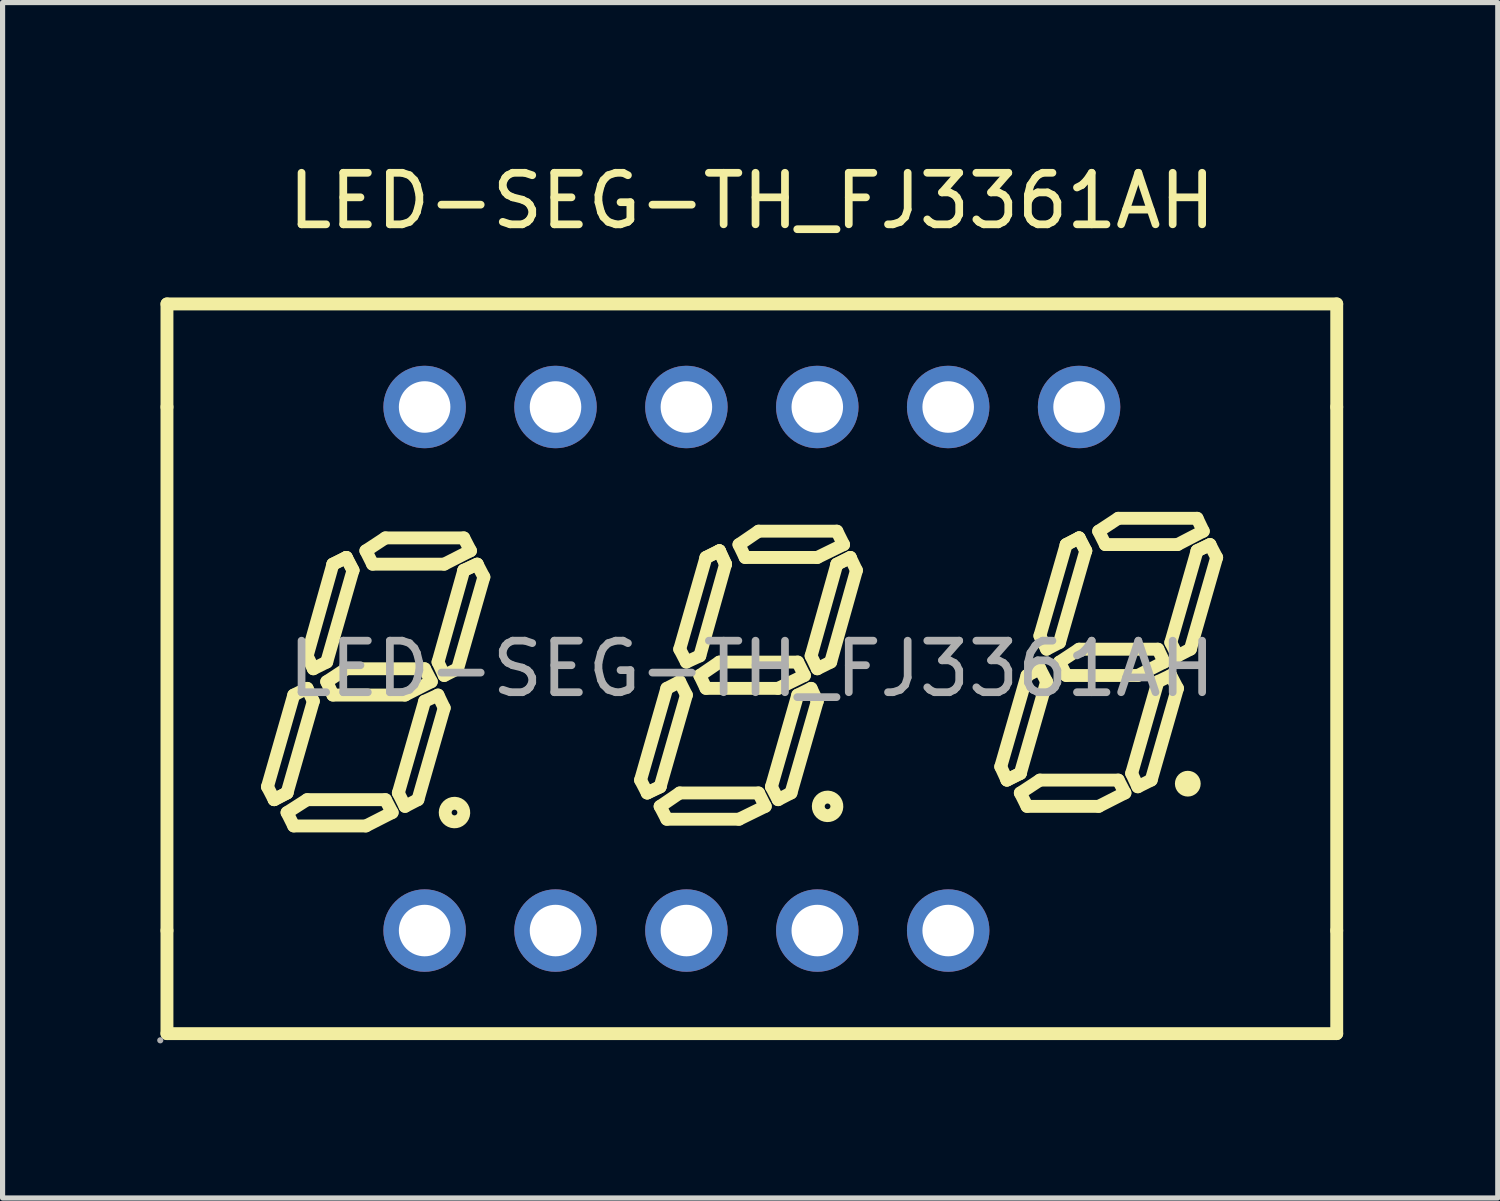
<source format=kicad_pcb>
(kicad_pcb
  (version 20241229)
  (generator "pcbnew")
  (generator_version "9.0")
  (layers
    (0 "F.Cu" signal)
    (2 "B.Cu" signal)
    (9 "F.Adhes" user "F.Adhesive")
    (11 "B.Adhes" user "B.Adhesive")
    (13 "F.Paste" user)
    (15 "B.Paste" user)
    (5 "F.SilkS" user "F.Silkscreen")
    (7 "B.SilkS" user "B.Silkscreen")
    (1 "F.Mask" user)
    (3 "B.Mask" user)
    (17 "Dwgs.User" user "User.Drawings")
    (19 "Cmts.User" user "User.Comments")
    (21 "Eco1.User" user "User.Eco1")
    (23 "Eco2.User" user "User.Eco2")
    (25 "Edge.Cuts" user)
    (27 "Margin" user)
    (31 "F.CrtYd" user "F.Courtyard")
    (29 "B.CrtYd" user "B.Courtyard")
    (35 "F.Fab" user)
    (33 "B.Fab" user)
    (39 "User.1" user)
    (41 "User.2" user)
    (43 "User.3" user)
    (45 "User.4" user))
  (footprint "LED-SEG-TH_FJ3361AH"
    (layer "F.Cu")
    (at 11.54 9.928)
    (property "Reference" "LED-SEG-TH_FJ3361AH" (at 0 -9.08 0) (layer "F.SilkS") (effects (font (size 1 1) (thickness 0.15))))
    (attr through_hole)
    (fp_line (start -11.35 -7.08) (end 11.35 -7.08) (stroke (width 0.25) (type solid)) (layer "F.SilkS"))
    (fp_line (start -11.35 -5.08) (end -11.35 -7.08) (stroke (width 0.25) (type solid)) (layer "F.SilkS"))
    (fp_line (start -11.35 5.08) (end -11.35 -5.08) (stroke (width 0.25) (type solid)) (layer "F.SilkS"))
    (fp_line (start -11.35 7.08) (end -11.35 5.08) (stroke (width 0.25) (type solid)) (layer "F.SilkS"))
    (fp_line (start -9.4 2.29) (end -9.27 2.54) (stroke (width 0.25) (type solid)) (layer "F.SilkS"))
    (fp_line (start -9.27 2.54) (end -9.02 2.41) (stroke (width 0.25) (type solid)) (layer "F.SilkS"))
    (fp_line (start -9.27 2.54) (end -9.02 2.41) (stroke (width 0.25) (type solid)) (layer "F.SilkS"))
    (fp_line (start -9.02 2.41) (end -8.51 0.63) (stroke (width 0.25) (type solid)) (layer "F.SilkS"))
    (fp_line (start -9.02 2.79) (end -8.63 2.54) (stroke (width 0.25) (type solid)) (layer "F.SilkS"))
    (fp_line (start -8.89 0.51) (end -9.4 2.29) (stroke (width 0.25) (type solid)) (layer "F.SilkS"))
    (fp_line (start -8.89 3.05) (end -9.02 2.79) (stroke (width 0.25) (type solid)) (layer "F.SilkS"))
    (fp_line (start -8.63 -0.25) (end -8.51 0) (stroke (width 0.25) (type solid)) (layer "F.SilkS"))
    (fp_line (start -8.63 0.38) (end -8.89 0.51) (stroke (width 0.25) (type solid)) (layer "F.SilkS"))
    (fp_line (start -8.63 2.54) (end -7.11 2.54) (stroke (width 0.25) (type solid)) (layer "F.SilkS"))
    (fp_line (start -8.51 0) (end -8.25 -0.13) (stroke (width 0.25) (type solid)) (layer "F.SilkS"))
    (fp_line (start -8.51 0.63) (end -8.63 0.38) (stroke (width 0.25) (type solid)) (layer "F.SilkS"))
    (fp_line (start -8.25 -0.13) (end -7.74 -1.91) (stroke (width 0.25) (type solid)) (layer "F.SilkS"))
    (fp_line (start -8.25 0.25) (end -7.87 0) (stroke (width 0.25) (type solid)) (layer "F.SilkS"))
    (fp_line (start -8.13 -2.03) (end -8.63 -0.25) (stroke (width 0.25) (type solid)) (layer "F.SilkS"))
    (fp_line (start -8.13 0.51) (end -8.25 0.25) (stroke (width 0.25) (type solid)) (layer "F.SilkS"))
    (fp_line (start -7.87 -2.16) (end -8.13 -2.03) (stroke (width 0.25) (type solid)) (layer "F.SilkS"))
    (fp_line (start -7.87 -2.16) (end -8.13 -2.03) (stroke (width 0.25) (type solid)) (layer "F.SilkS"))
    (fp_line (start -7.87 0) (end -6.35 0) (stroke (width 0.25) (type solid)) (layer "F.SilkS"))
    (fp_line (start -7.74 -1.91) (end -7.87 -2.16) (stroke (width 0.25) (type solid)) (layer "F.SilkS"))
    (fp_line (start -7.74 -1.91) (end -7.87 -2.16) (stroke (width 0.25) (type solid)) (layer "F.SilkS"))
    (fp_line (start -7.49 -2.29) (end -7.11 -2.54) (stroke (width 0.25) (type solid)) (layer "F.SilkS"))
    (fp_line (start -7.49 3.05) (end -8.89 3.05) (stroke (width 0.25) (type solid)) (layer "F.SilkS"))
    (fp_line (start -7.36 -2.03) (end -7.49 -2.29) (stroke (width 0.25) (type solid)) (layer "F.SilkS"))
    (fp_line (start -7.11 -2.54) (end -5.59 -2.54) (stroke (width 0.25) (type solid)) (layer "F.SilkS"))
    (fp_line (start -7.11 2.54) (end -6.98 2.79) (stroke (width 0.25) (type solid)) (layer "F.SilkS"))
    (fp_line (start -6.98 2.79) (end -7.49 3.05) (stroke (width 0.25) (type solid)) (layer "F.SilkS"))
    (fp_line (start -6.86 2.41) (end -6.73 2.67) (stroke (width 0.25) (type solid)) (layer "F.SilkS"))
    (fp_line (start -6.73 0.51) (end -8.13 0.51) (stroke (width 0.25) (type solid)) (layer "F.SilkS"))
    (fp_line (start -6.73 2.67) (end -6.48 2.54) (stroke (width 0.25) (type solid)) (layer "F.SilkS"))
    (fp_line (start -6.48 2.54) (end -5.97 0.76) (stroke (width 0.25) (type solid)) (layer "F.SilkS"))
    (fp_line (start -6.35 0) (end -6.22 0.25) (stroke (width 0.25) (type solid)) (layer "F.SilkS"))
    (fp_line (start -6.35 0.63) (end -6.86 2.41) (stroke (width 0.25) (type solid)) (layer "F.SilkS"))
    (fp_line (start -6.22 0.25) (end -6.73 0.51) (stroke (width 0.25) (type solid)) (layer "F.SilkS"))
    (fp_line (start -6.09 -0.13) (end -5.97 0.13) (stroke (width 0.25) (type solid)) (layer "F.SilkS"))
    (fp_line (start -6.09 0.51) (end -6.35 0.63) (stroke (width 0.25) (type solid)) (layer "F.SilkS"))
    (fp_line (start -5.97 -2.03) (end -7.36 -2.03) (stroke (width 0.25) (type solid)) (layer "F.SilkS"))
    (fp_line (start -5.97 0.13) (end -5.71 0) (stroke (width 0.25) (type solid)) (layer "F.SilkS"))
    (fp_line (start -5.97 0.76) (end -6.09 0.51) (stroke (width 0.25) (type solid)) (layer "F.SilkS"))
    (fp_line (start -5.71 0) (end -5.2 -1.78) (stroke (width 0.25) (type solid)) (layer "F.SilkS"))
    (fp_line (start -5.59 -2.54) (end -5.46 -2.29) (stroke (width 0.25) (type solid)) (layer "F.SilkS"))
    (fp_line (start -5.59 -1.91) (end -6.09 -0.13) (stroke (width 0.25) (type solid)) (layer "F.SilkS"))
    (fp_line (start -5.59 -1.91) (end -5.33 -2.03) (stroke (width 0.25) (type solid)) (layer "F.SilkS"))
    (fp_line (start -5.46 -2.29) (end -5.97 -2.03) (stroke (width 0.25) (type solid)) (layer "F.SilkS"))
    (fp_line (start -5.33 -2.03) (end -5.59 -1.91) (stroke (width 0.25) (type solid)) (layer "F.SilkS"))
    (fp_line (start -5.2 -1.78) (end -5.33 -2.03) (stroke (width 0.25) (type solid)) (layer "F.SilkS"))
    (fp_line (start -2.16 2.16) (end -2.03 2.41) (stroke (width 0.25) (type solid)) (layer "F.SilkS"))
    (fp_line (start -2.03 2.41) (end -1.78 2.29) (stroke (width 0.25) (type solid)) (layer "F.SilkS"))
    (fp_line (start -2.03 2.41) (end -1.78 2.29) (stroke (width 0.25) (type solid)) (layer "F.SilkS"))
    (fp_line (start -1.78 2.29) (end -1.27 0.51) (stroke (width 0.25) (type solid)) (layer "F.SilkS"))
    (fp_line (start -1.78 2.67) (end -1.4 2.41) (stroke (width 0.25) (type solid)) (layer "F.SilkS"))
    (fp_line (start -1.65 0.38) (end -2.16 2.16) (stroke (width 0.25) (type solid)) (layer "F.SilkS"))
    (fp_line (start -1.65 2.92) (end -1.78 2.67) (stroke (width 0.25) (type solid)) (layer "F.SilkS"))
    (fp_line (start -1.4 -0.38) (end -1.27 -0.13) (stroke (width 0.25) (type solid)) (layer "F.SilkS"))
    (fp_line (start -1.4 0.25) (end -1.65 0.38) (stroke (width 0.25) (type solid)) (layer "F.SilkS"))
    (fp_line (start -1.4 2.41) (end 0.13 2.41) (stroke (width 0.25) (type solid)) (layer "F.SilkS"))
    (fp_line (start -1.27 -0.13) (end -1.01 -0.25) (stroke (width 0.25) (type solid)) (layer "F.SilkS"))
    (fp_line (start -1.27 0.51) (end -1.4 0.25) (stroke (width 0.25) (type solid)) (layer "F.SilkS"))
    (fp_line (start -1.01 -0.25) (end -0.51 -2.03) (stroke (width 0.25) (type solid)) (layer "F.SilkS"))
    (fp_line (start -1.01 0.13) (end -0.63 -0.13) (stroke (width 0.25) (type solid)) (layer "F.SilkS"))
    (fp_line (start -0.89 -2.16) (end -1.4 -0.38) (stroke (width 0.25) (type solid)) (layer "F.SilkS"))
    (fp_line (start -0.89 -2.16) (end -0.63 -2.29) (stroke (width 0.25) (type solid)) (layer "F.SilkS"))
    (fp_line (start -0.89 0.38) (end -1.01 0.13) (stroke (width 0.25) (type solid)) (layer "F.SilkS"))
    (fp_line (start -0.63 -2.29) (end -0.89 -2.16) (stroke (width 0.25) (type solid)) (layer "F.SilkS"))
    (fp_line (start -0.63 -2.29) (end -0.51 -2.03) (stroke (width 0.25) (type solid)) (layer "F.SilkS"))
    (fp_line (start -0.63 -0.13) (end 0.89 -0.13) (stroke (width 0.25) (type solid)) (layer "F.SilkS"))
    (fp_line (start -0.51 -2.03) (end -0.63 -2.29) (stroke (width 0.25) (type solid)) (layer "F.SilkS"))
    (fp_line (start -0.25 -2.41) (end 0.13 -2.67) (stroke (width 0.25) (type solid)) (layer "F.SilkS"))
    (fp_line (start -0.25 2.92) (end -1.65 2.92) (stroke (width 0.25) (type solid)) (layer "F.SilkS"))
    (fp_line (start -0.13 -2.16) (end -0.25 -2.41) (stroke (width 0.25) (type solid)) (layer "F.SilkS"))
    (fp_line (start 0.13 -2.67) (end 1.65 -2.67) (stroke (width 0.25) (type solid)) (layer "F.SilkS"))
    (fp_line (start 0.13 2.41) (end 0.26 2.67) (stroke (width 0.25) (type solid)) (layer "F.SilkS"))
    (fp_line (start 0.26 2.67) (end -0.25 2.92) (stroke (width 0.25) (type solid)) (layer "F.SilkS"))
    (fp_line (start 0.38 2.29) (end 0.51 2.54) (stroke (width 0.25) (type solid)) (layer "F.SilkS"))
    (fp_line (start 0.51 0.38) (end -0.89 0.38) (stroke (width 0.25) (type solid)) (layer "F.SilkS"))
    (fp_line (start 0.51 2.54) (end 0.76 2.41) (stroke (width 0.25) (type solid)) (layer "F.SilkS"))
    (fp_line (start 0.76 2.41) (end 1.27 0.63) (stroke (width 0.25) (type solid)) (layer "F.SilkS"))
    (fp_line (start 0.89 -0.13) (end 1.02 0.13) (stroke (width 0.25) (type solid)) (layer "F.SilkS"))
    (fp_line (start 0.89 0.51) (end 0.38 2.29) (stroke (width 0.25) (type solid)) (layer "F.SilkS"))
    (fp_line (start 1.02 0.13) (end 0.51 0.38) (stroke (width 0.25) (type solid)) (layer "F.SilkS"))
    (fp_line (start 1.15 -0.25) (end 1.65 -2.03) (stroke (width 0.25) (type solid)) (layer "F.SilkS"))
    (fp_line (start 1.15 0.38) (end 0.89 0.51) (stroke (width 0.25) (type solid)) (layer "F.SilkS"))
    (fp_line (start 1.27 -2.16) (end -0.13 -2.16) (stroke (width 0.25) (type solid)) (layer "F.SilkS"))
    (fp_line (start 1.27 0) (end 1.15 -0.25) (stroke (width 0.25) (type solid)) (layer "F.SilkS"))
    (fp_line (start 1.27 0.63) (end 1.15 0.38) (stroke (width 0.25) (type solid)) (layer "F.SilkS"))
    (fp_line (start 1.53 -0.13) (end 1.27 0) (stroke (width 0.25) (type solid)) (layer "F.SilkS"))
    (fp_line (start 1.65 -2.67) (end 1.78 -2.41) (stroke (width 0.25) (type solid)) (layer "F.SilkS"))
    (fp_line (start 1.65 -2.03) (end 1.91 -2.16) (stroke (width 0.25) (type solid)) (layer "F.SilkS"))
    (fp_line (start 1.78 -2.41) (end 1.27 -2.16) (stroke (width 0.25) (type solid)) (layer "F.SilkS"))
    (fp_line (start 1.91 -2.16) (end 1.65 -2.03) (stroke (width 0.25) (type solid)) (layer "F.SilkS"))
    (fp_line (start 1.91 -2.16) (end 2.03 -1.91) (stroke (width 0.25) (type solid)) (layer "F.SilkS"))
    (fp_line (start 2.03 -1.91) (end 1.53 -0.13) (stroke (width 0.25) (type solid)) (layer "F.SilkS"))
    (fp_line (start 4.83 1.9) (end 4.95 2.16) (stroke (width 0.25) (type solid)) (layer "F.SilkS"))
    (fp_line (start 4.95 2.16) (end 5.21 2.03) (stroke (width 0.25) (type solid)) (layer "F.SilkS"))
    (fp_line (start 4.95 2.16) (end 5.21 2.03) (stroke (width 0.25) (type solid)) (layer "F.SilkS"))
    (fp_line (start 5.21 2.03) (end 5.72 0.25) (stroke (width 0.25) (type solid)) (layer "F.SilkS"))
    (fp_line (start 5.21 2.41) (end 5.59 2.16) (stroke (width 0.25) (type solid)) (layer "F.SilkS"))
    (fp_line (start 5.34 0.13) (end 4.83 1.9) (stroke (width 0.25) (type solid)) (layer "F.SilkS"))
    (fp_line (start 5.34 2.67) (end 5.21 2.41) (stroke (width 0.25) (type solid)) (layer "F.SilkS"))
    (fp_line (start 5.59 -0.64) (end 5.72 -0.38) (stroke (width 0.25) (type solid)) (layer "F.SilkS"))
    (fp_line (start 5.59 0) (end 5.34 0.13) (stroke (width 0.25) (type solid)) (layer "F.SilkS"))
    (fp_line (start 5.59 2.16) (end 7.11 2.16) (stroke (width 0.25) (type solid)) (layer "F.SilkS"))
    (fp_line (start 5.72 -0.38) (end 5.97 -0.51) (stroke (width 0.25) (type solid)) (layer "F.SilkS"))
    (fp_line (start 5.72 0.25) (end 5.59 0) (stroke (width 0.25) (type solid)) (layer "F.SilkS"))
    (fp_line (start 5.97 -0.51) (end 6.48 -2.29) (stroke (width 0.25) (type solid)) (layer "F.SilkS"))
    (fp_line (start 5.97 -0.13) (end 6.35 -0.38) (stroke (width 0.25) (type solid)) (layer "F.SilkS"))
    (fp_line (start 6.1 -2.41) (end 5.59 -0.64) (stroke (width 0.25) (type solid)) (layer "F.SilkS"))
    (fp_line (start 6.1 0.13) (end 5.97 -0.13) (stroke (width 0.25) (type solid)) (layer "F.SilkS"))
    (fp_line (start 6.35 -2.54) (end 6.1 -2.41) (stroke (width 0.25) (type solid)) (layer "F.SilkS"))
    (fp_line (start 6.35 -2.54) (end 6.1 -2.41) (stroke (width 0.25) (type solid)) (layer "F.SilkS"))
    (fp_line (start 6.35 -0.38) (end 7.88 -0.38) (stroke (width 0.25) (type solid)) (layer "F.SilkS"))
    (fp_line (start 6.48 -2.29) (end 6.35 -2.54) (stroke (width 0.25) (type solid)) (layer "F.SilkS"))
    (fp_line (start 6.48 -2.29) (end 6.35 -2.54) (stroke (width 0.25) (type solid)) (layer "F.SilkS"))
    (fp_line (start 6.73 -2.67) (end 7.11 -2.92) (stroke (width 0.25) (type solid)) (layer "F.SilkS"))
    (fp_line (start 6.73 2.67) (end 5.34 2.67) (stroke (width 0.25) (type solid)) (layer "F.SilkS"))
    (fp_line (start 6.86 -2.41) (end 6.73 -2.67) (stroke (width 0.25) (type solid)) (layer "F.SilkS"))
    (fp_line (start 7.11 -2.92) (end 8.64 -2.92) (stroke (width 0.25) (type solid)) (layer "F.SilkS"))
    (fp_line (start 7.11 2.16) (end 7.24 2.41) (stroke (width 0.25) (type solid)) (layer "F.SilkS"))
    (fp_line (start 7.24 2.41) (end 6.73 2.67) (stroke (width 0.25) (type solid)) (layer "F.SilkS"))
    (fp_line (start 7.37 2.03) (end 7.49 2.29) (stroke (width 0.25) (type solid)) (layer "F.SilkS"))
    (fp_line (start 7.49 0.13) (end 6.1 0.13) (stroke (width 0.25) (type solid)) (layer "F.SilkS"))
    (fp_line (start 7.49 2.29) (end 7.75 2.16) (stroke (width 0.25) (type solid)) (layer "F.SilkS"))
    (fp_line (start 7.75 2.16) (end 8.26 0.38) (stroke (width 0.25) (type solid)) (layer "F.SilkS"))
    (fp_line (start 7.88 -0.38) (end 8 -0.13) (stroke (width 0.25) (type solid)) (layer "F.SilkS"))
    (fp_line (start 7.88 0.25) (end 7.37 2.03) (stroke (width 0.25) (type solid)) (layer "F.SilkS"))
    (fp_line (start 8 -0.13) (end 7.49 0.13) (stroke (width 0.25) (type solid)) (layer "F.SilkS"))
    (fp_line (start 8.13 -0.51) (end 8.26 -0.25) (stroke (width 0.25) (type solid)) (layer "F.SilkS"))
    (fp_line (start 8.13 0.13) (end 7.88 0.25) (stroke (width 0.25) (type solid)) (layer "F.SilkS"))
    (fp_line (start 8.26 -2.41) (end 6.86 -2.41) (stroke (width 0.25) (type solid)) (layer "F.SilkS"))
    (fp_line (start 8.26 -0.25) (end 8.51 -0.38) (stroke (width 0.25) (type solid)) (layer "F.SilkS"))
    (fp_line (start 8.26 0.38) (end 8.13 0.13) (stroke (width 0.25) (type solid)) (layer "F.SilkS"))
    (fp_line (start 8.51 -0.38) (end 9.02 -2.16) (stroke (width 0.25) (type solid)) (layer "F.SilkS"))
    (fp_line (start 8.64 -2.92) (end 8.76 -2.67) (stroke (width 0.25) (type solid)) (layer "F.SilkS"))
    (fp_line (start 8.64 -2.29) (end 8.13 -0.51) (stroke (width 0.25) (type solid)) (layer "F.SilkS"))
    (fp_line (start 8.64 -2.29) (end 8.89 -2.41) (stroke (width 0.25) (type solid)) (layer "F.SilkS"))
    (fp_line (start 8.76 -2.67) (end 8.26 -2.41) (stroke (width 0.25) (type solid)) (layer "F.SilkS"))
    (fp_line (start 8.89 -2.41) (end 8.64 -2.29) (stroke (width 0.25) (type solid)) (layer "F.SilkS"))
    (fp_line (start 9.02 -2.16) (end 8.89 -2.41) (stroke (width 0.25) (type solid)) (layer "F.SilkS"))
    (fp_line (start 11.35 -7.08) (end 11.35 -5.08) (stroke (width 0.25) (type solid)) (layer "F.SilkS"))
    (fp_line (start 11.35 -5.08) (end 11.35 5.08) (stroke (width 0.25) (type solid)) (layer "F.SilkS"))
    (fp_line (start 11.35 5.08) (end 11.35 7.08) (stroke (width 0.25) (type solid)) (layer "F.SilkS"))
    (fp_line (start 11.35 7.08) (end -11.35 7.08) (stroke (width 0.25) (type solid)) (layer "F.SilkS"))
    (fp_arc (start -5.76 2.61) (mid -5.775001 2.970208) (end -5.770001 2.609722) (stroke (width 0.25) (type solid)) (layer "F.SilkS"))
    (fp_arc (start 1.48 2.49) (mid 1.464999 2.850208) (end 1.469999 2.489722) (stroke (width 0.25) (type solid)) (layer "F.SilkS"))
    (fp_arc (start 8.46 2.23) (mid 8.46 2.23) (end 8.46 2.23) (stroke (width 0.25) (type solid)) (layer "F.SilkS"))
    (fp_circle (center -11.48 7.21) (end -11.45 7.21) (stroke (width 0.06) (type solid)) (fill no) (layer "F.Fab"))
    (fp_circle (center -6.35 -5.08) (end -6.15 -5.08) (stroke (width 0.4) (type solid)) (fill no) (layer "F.Fab"))
    (fp_circle (center -6.35 5.08) (end -6.15 5.08) (stroke (width 0.4) (type solid)) (fill no) (layer "F.Fab"))
    (fp_circle (center -3.81 -5.08) (end -3.61 -5.08) (stroke (width 0.4) (type solid)) (fill no) (layer "F.Fab"))
    (fp_circle (center -3.81 5.08) (end -3.61 5.08) (stroke (width 0.4) (type solid)) (fill no) (layer "F.Fab"))
    (fp_circle (center -1.27 -5.08) (end -1.07 -5.08) (stroke (width 0.4) (type solid)) (fill no) (layer "F.Fab"))
    (fp_circle (center -1.27 5.08) (end -1.07 5.08) (stroke (width 0.4) (type solid)) (fill no) (layer "F.Fab"))
    (fp_circle (center 1.27 -5.08) (end 1.47 -5.08) (stroke (width 0.4) (type solid)) (fill no) (layer "F.Fab"))
    (fp_circle (center 1.27 5.08) (end 1.47 5.08) (stroke (width 0.4) (type solid)) (fill no) (layer "F.Fab"))
    (fp_circle (center 3.81 -5.08) (end 4.01 -5.08) (stroke (width 0.4) (type solid)) (fill no) (layer "F.Fab"))
    (fp_circle (center 3.81 5.08) (end 4.01 5.08) (stroke (width 0.4) (type solid)) (fill no) (layer "F.Fab"))
    (fp_circle (center 6.35 -5.08) (end 6.55 -5.08) (stroke (width 0.4) (type solid)) (fill no) (layer "F.Fab"))
    (fp_text user "${REFERENCE}" (at 0 0 0) (layer "F.Fab") (effects (font (size 1 1) (thickness 0.15))))
    (pad "1" thru_hole circle (at -6.35 5.08) (size 1.6 1.6) (drill 1) (layers "*.Cu" "*.Paste" "*.Mask"))
    (pad "2" thru_hole circle (at -3.81 5.08) (size 1.6 1.6) (drill 1) (layers "*.Cu" "*.Paste" "*.Mask"))
    (pad "3" thru_hole circle (at -1.27 5.08) (size 1.6 1.6) (drill 1) (layers "*.Cu" "*.Paste" "*.Mask"))
    (pad "4" thru_hole circle (at 1.27 5.08) (size 1.6 1.6) (drill 1) (layers "*.Cu" "*.Paste" "*.Mask"))
    (pad "5" thru_hole circle (at 3.81 5.08) (size 1.6 1.6) (drill 1) (layers "*.Cu" "*.Paste" "*.Mask"))
    (pad "7" thru_hole circle (at 6.35 -5.08) (size 1.6 1.6) (drill 1) (layers "*.Cu" "*.Paste" "*.Mask"))
    (pad "8" thru_hole circle (at 3.81 -5.08) (size 1.6 1.6) (drill 1) (layers "*.Cu" "*.Paste" "*.Mask"))
    (pad "9" thru_hole circle (at 1.27 -5.08) (size 1.6 1.6) (drill 1) (layers "*.Cu" "*.Paste" "*.Mask"))
    (pad "10" thru_hole circle (at -1.27 -5.08) (size 1.6 1.6) (drill 1) (layers "*.Cu" "*.Paste" "*.Mask"))
    (pad "11" thru_hole circle (at -3.81 -5.08) (size 1.6 1.6) (drill 1) (layers "*.Cu" "*.Paste" "*.Mask"))
    (pad "12" thru_hole circle (at -6.35 -5.08) (size 1.6 1.6) (drill 1) (layers "*.Cu" "*.Paste" "*.Mask")))
  (gr_rect
    (start -3 -3)
    (end 26.015 20.198)
    (stroke (width 0.1) (type default))
    (fill no)
    (layer "Edge.Cuts")))
</source>
